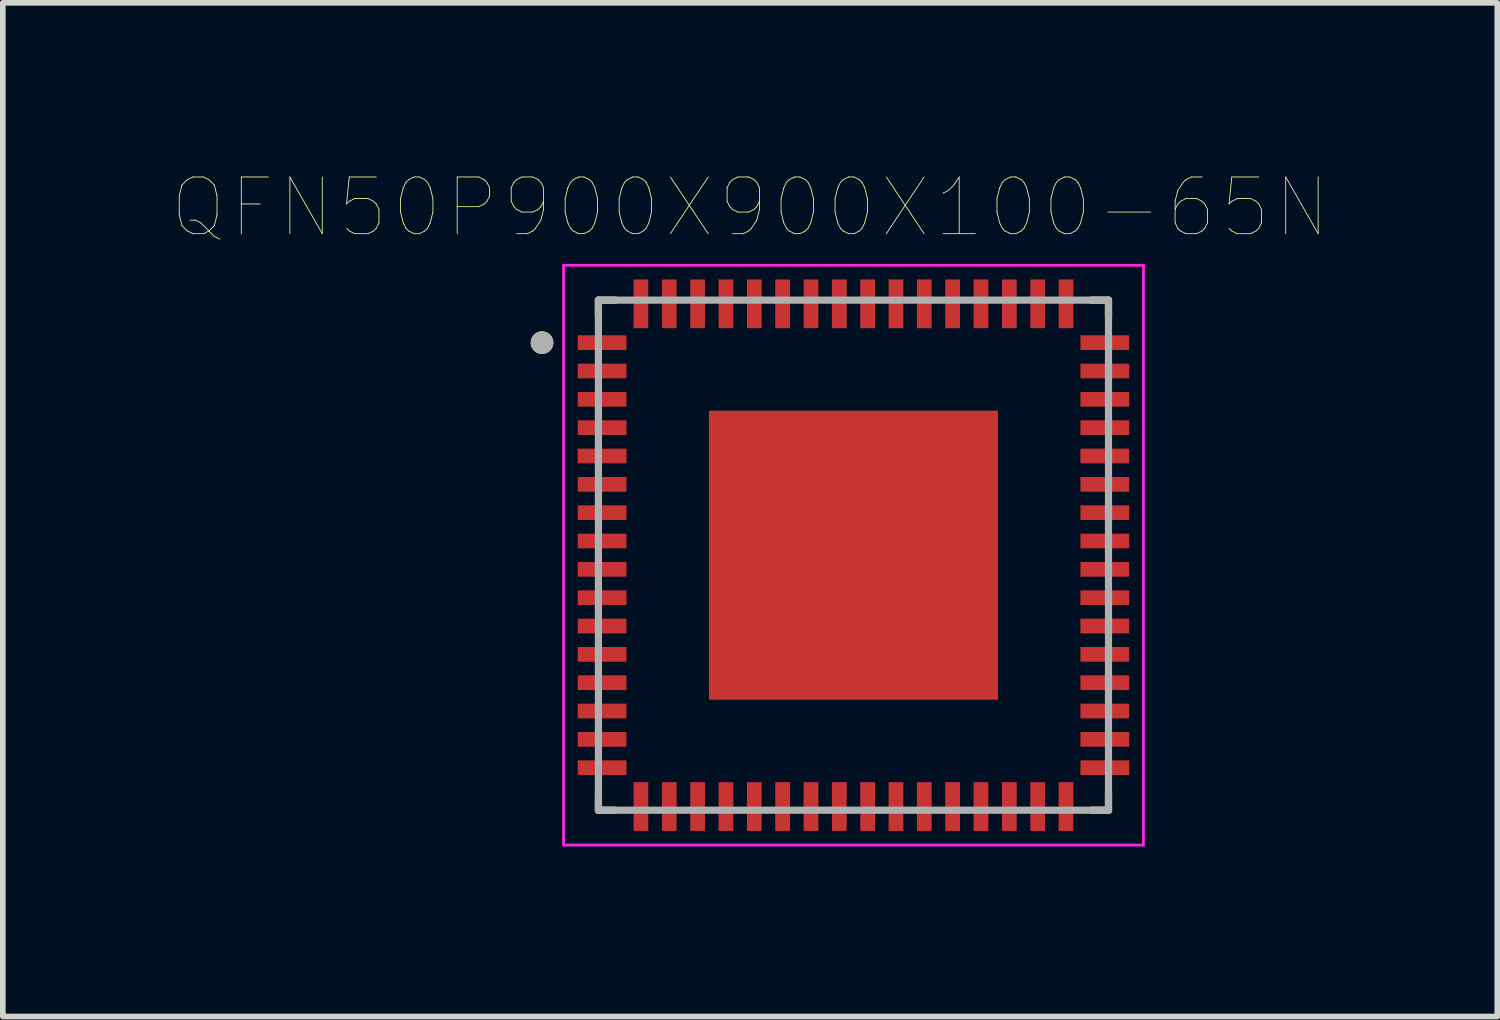
<source format=kicad_pcb>
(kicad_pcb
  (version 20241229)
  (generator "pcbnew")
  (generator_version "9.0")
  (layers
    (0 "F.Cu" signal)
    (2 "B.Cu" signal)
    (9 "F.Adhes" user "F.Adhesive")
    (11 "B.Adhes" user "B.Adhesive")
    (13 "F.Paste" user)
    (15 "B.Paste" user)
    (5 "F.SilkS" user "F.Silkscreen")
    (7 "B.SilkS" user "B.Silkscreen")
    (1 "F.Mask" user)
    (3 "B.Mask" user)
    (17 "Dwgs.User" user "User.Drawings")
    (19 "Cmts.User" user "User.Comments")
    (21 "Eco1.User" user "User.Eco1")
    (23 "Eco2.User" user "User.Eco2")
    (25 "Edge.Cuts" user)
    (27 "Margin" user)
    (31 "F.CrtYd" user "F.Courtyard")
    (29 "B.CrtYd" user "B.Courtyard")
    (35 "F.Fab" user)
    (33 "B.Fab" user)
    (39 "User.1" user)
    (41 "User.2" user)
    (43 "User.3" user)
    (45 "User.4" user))
  (footprint "QFN50P900X900X100-65N"
    (layer "F.Cu")
    (at 12.009 6.746)
    (property "Reference" "QFN50P900X900X100-65N" (at -1.825 -6.135 0) (layer "F.SilkS") (effects (font (size 1 1) (thickness 0.015))))
    (attr through_hole)
    (fp_line (start -4.5 -4.5) (end -4.5 -4.2) (stroke (width 0.127) (type solid)) (layer "F.SilkS"))
    (fp_line (start -4.5 -4.5) (end -4.2 -4.5) (stroke (width 0.127) (type solid)) (layer "F.SilkS"))
    (fp_line (start -4.5 4.5) (end -4.5 4.2) (stroke (width 0.127) (type solid)) (layer "F.SilkS"))
    (fp_line (start -4.5 4.5) (end -4.2 4.5) (stroke (width 0.127) (type solid)) (layer "F.SilkS"))
    (fp_line (start 4.5 -4.5) (end 4.2 -4.5) (stroke (width 0.127) (type solid)) (layer "F.SilkS"))
    (fp_line (start 4.5 -4.5) (end 4.5 -4.2) (stroke (width 0.127) (type solid)) (layer "F.SilkS"))
    (fp_line (start 4.5 4.5) (end 4.2 4.5) (stroke (width 0.127) (type solid)) (layer "F.SilkS"))
    (fp_line (start 4.5 4.5) (end 4.5 4.2) (stroke (width 0.127) (type solid)) (layer "F.SilkS"))
    (fp_circle (center -5.495 -3.75) (end -5.395 -3.75) (stroke (width 0.2) (type solid)) (fill no) (layer "F.SilkS"))
    (fp_poly (pts (xy -2.085 -2.085) (xy -0.465 -2.085) (xy -0.465 -0.465) (xy -2.085 -0.465)) (stroke (width 0.01) (type solid)) (fill yes) (layer "F.Paste"))
    (fp_poly (pts (xy -2.085 0.465) (xy -0.465 0.465) (xy -0.465 2.085) (xy -2.085 2.085)) (stroke (width 0.01) (type solid)) (fill yes) (layer "F.Paste"))
    (fp_poly (pts (xy 0.465 -2.085) (xy 2.085 -2.085) (xy 2.085 -0.465) (xy 0.465 -0.465)) (stroke (width 0.01) (type solid)) (fill yes) (layer "F.Paste"))
    (fp_poly (pts (xy 0.465 0.465) (xy 2.085 0.465) (xy 2.085 2.085) (xy 0.465 2.085)) (stroke (width 0.01) (type solid)) (fill yes) (layer "F.Paste"))
    (fp_line (start -5.115 -5.115) (end 5.115 -5.115) (stroke (width 0.05) (type solid)) (layer "F.CrtYd"))
    (fp_line (start -5.115 5.115) (end -5.115 -5.115) (stroke (width 0.05) (type solid)) (layer "F.CrtYd"))
    (fp_line (start -5.115 5.115) (end 5.115 5.115) (stroke (width 0.05) (type solid)) (layer "F.CrtYd"))
    (fp_line (start 5.115 5.115) (end 5.115 -5.115) (stroke (width 0.05) (type solid)) (layer "F.CrtYd"))
    (fp_line (start -4.5 4.5) (end -4.5 -4.5) (stroke (width 0.127) (type solid)) (layer "F.Fab"))
    (fp_line (start 4.5 -4.5) (end -4.5 -4.5) (stroke (width 0.127) (type solid)) (layer "F.Fab"))
    (fp_line (start 4.5 4.5) (end -4.5 4.5) (stroke (width 0.127) (type solid)) (layer "F.Fab"))
    (fp_line (start 4.5 4.5) (end 4.5 -4.5) (stroke (width 0.127) (type solid)) (layer "F.Fab"))
    (fp_circle (center -5.495 -3.75) (end -5.395 -3.75) (stroke (width 0.2) (type solid)) (fill no) (layer "F.Fab"))
    (pad "1" smd rect (at -4.435 -3.75) (size 0.86 0.26) (layers "F.Cu" "F.Mask" "F.Paste"))
    (pad "2" smd rect (at -4.435 -3.25) (size 0.86 0.26) (layers "F.Cu" "F.Mask" "F.Paste"))
    (pad "3" smd rect (at -4.435 -2.75) (size 0.86 0.26) (layers "F.Cu" "F.Mask" "F.Paste"))
    (pad "4" smd rect (at -4.435 -2.25) (size 0.86 0.26) (layers "F.Cu" "F.Mask" "F.Paste"))
    (pad "5" smd rect (at -4.435 -1.75) (size 0.86 0.26) (layers "F.Cu" "F.Mask" "F.Paste"))
    (pad "6" smd rect (at -4.435 -1.25) (size 0.86 0.26) (layers "F.Cu" "F.Mask" "F.Paste"))
    (pad "7" smd rect (at -4.435 -0.75) (size 0.86 0.26) (layers "F.Cu" "F.Mask" "F.Paste"))
    (pad "8" smd rect (at -4.435 -0.25) (size 0.86 0.26) (layers "F.Cu" "F.Mask" "F.Paste"))
    (pad "9" smd rect (at -4.435 0.25) (size 0.86 0.26) (layers "F.Cu" "F.Mask" "F.Paste"))
    (pad "10" smd rect (at -4.435 0.75) (size 0.86 0.26) (layers "F.Cu" "F.Mask" "F.Paste"))
    (pad "11" smd rect (at -4.435 1.25) (size 0.86 0.26) (layers "F.Cu" "F.Mask" "F.Paste"))
    (pad "12" smd rect (at -4.435 1.75) (size 0.86 0.26) (layers "F.Cu" "F.Mask" "F.Paste"))
    (pad "13" smd rect (at -4.435 2.25) (size 0.86 0.26) (layers "F.Cu" "F.Mask" "F.Paste"))
    (pad "14" smd rect (at -4.435 2.75) (size 0.86 0.26) (layers "F.Cu" "F.Mask" "F.Paste"))
    (pad "15" smd rect (at -4.435 3.25) (size 0.86 0.26) (layers "F.Cu" "F.Mask" "F.Paste"))
    (pad "16" smd rect (at -4.435 3.75) (size 0.86 0.26) (layers "F.Cu" "F.Mask" "F.Paste"))
    (pad "17" smd rect (at -3.75 4.435) (size 0.26 0.86) (layers "F.Cu" "F.Mask" "F.Paste"))
    (pad "18" smd rect (at -3.25 4.435) (size 0.26 0.86) (layers "F.Cu" "F.Mask" "F.Paste"))
    (pad "19" smd rect (at -2.75 4.435) (size 0.26 0.86) (layers "F.Cu" "F.Mask" "F.Paste"))
    (pad "20" smd rect (at -2.25 4.435) (size 0.26 0.86) (layers "F.Cu" "F.Mask" "F.Paste"))
    (pad "21" smd rect (at -1.75 4.435) (size 0.26 0.86) (layers "F.Cu" "F.Mask" "F.Paste"))
    (pad "22" smd rect (at -1.25 4.435) (size 0.26 0.86) (layers "F.Cu" "F.Mask" "F.Paste"))
    (pad "23" smd rect (at -0.75 4.435) (size 0.26 0.86) (layers "F.Cu" "F.Mask" "F.Paste"))
    (pad "24" smd rect (at -0.25 4.435) (size 0.26 0.86) (layers "F.Cu" "F.Mask" "F.Paste"))
    (pad "25" smd rect (at 0.25 4.435) (size 0.26 0.86) (layers "F.Cu" "F.Mask" "F.Paste"))
    (pad "26" smd rect (at 0.75 4.435) (size 0.26 0.86) (layers "F.Cu" "F.Mask" "F.Paste"))
    (pad "27" smd rect (at 1.25 4.435) (size 0.26 0.86) (layers "F.Cu" "F.Mask" "F.Paste"))
    (pad "28" smd rect (at 1.75 4.435) (size 0.26 0.86) (layers "F.Cu" "F.Mask" "F.Paste"))
    (pad "29" smd rect (at 2.25 4.435) (size 0.26 0.86) (layers "F.Cu" "F.Mask" "F.Paste"))
    (pad "30" smd rect (at 2.75 4.435) (size 0.26 0.86) (layers "F.Cu" "F.Mask" "F.Paste"))
    (pad "31" smd rect (at 3.25 4.435) (size 0.26 0.86) (layers "F.Cu" "F.Mask" "F.Paste"))
    (pad "32" smd rect (at 3.75 4.435) (size 0.26 0.86) (layers "F.Cu" "F.Mask" "F.Paste"))
    (pad "33" smd rect (at 4.435 3.75) (size 0.86 0.26) (layers "F.Cu" "F.Mask" "F.Paste"))
    (pad "34" smd rect (at 4.435 3.25) (size 0.86 0.26) (layers "F.Cu" "F.Mask" "F.Paste"))
    (pad "35" smd rect (at 4.435 2.75) (size 0.86 0.26) (layers "F.Cu" "F.Mask" "F.Paste"))
    (pad "36" smd rect (at 4.435 2.25) (size 0.86 0.26) (layers "F.Cu" "F.Mask" "F.Paste"))
    (pad "37" smd rect (at 4.435 1.75) (size 0.86 0.26) (layers "F.Cu" "F.Mask" "F.Paste"))
    (pad "38" smd rect (at 4.435 1.25) (size 0.86 0.26) (layers "F.Cu" "F.Mask" "F.Paste"))
    (pad "39" smd rect (at 4.435 0.75) (size 0.86 0.26) (layers "F.Cu" "F.Mask" "F.Paste"))
    (pad "40" smd rect (at 4.435 0.25) (size 0.86 0.26) (layers "F.Cu" "F.Mask" "F.Paste"))
    (pad "41" smd rect (at 4.435 -0.25) (size 0.86 0.26) (layers "F.Cu" "F.Mask" "F.Paste"))
    (pad "42" smd rect (at 4.435 -0.75) (size 0.86 0.26) (layers "F.Cu" "F.Mask" "F.Paste"))
    (pad "43" smd rect (at 4.435 -1.25) (size 0.86 0.26) (layers "F.Cu" "F.Mask" "F.Paste"))
    (pad "44" smd rect (at 4.435 -1.75) (size 0.86 0.26) (layers "F.Cu" "F.Mask" "F.Paste"))
    (pad "45" smd rect (at 4.435 -2.25) (size 0.86 0.26) (layers "F.Cu" "F.Mask" "F.Paste"))
    (pad "46" smd rect (at 4.435 -2.75) (size 0.86 0.26) (layers "F.Cu" "F.Mask" "F.Paste"))
    (pad "47" smd rect (at 4.435 -3.25) (size 0.86 0.26) (layers "F.Cu" "F.Mask" "F.Paste"))
    (pad "48" smd rect (at 4.435 -3.75) (size 0.86 0.26) (layers "F.Cu" "F.Mask" "F.Paste"))
    (pad "49" smd rect (at 3.75 -4.435) (size 0.26 0.86) (layers "F.Cu" "F.Mask" "F.Paste"))
    (pad "50" smd rect (at 3.25 -4.435) (size 0.26 0.86) (layers "F.Cu" "F.Mask" "F.Paste"))
    (pad "51" smd rect (at 2.75 -4.435) (size 0.26 0.86) (layers "F.Cu" "F.Mask" "F.Paste"))
    (pad "52" smd rect (at 2.25 -4.435) (size 0.26 0.86) (layers "F.Cu" "F.Mask" "F.Paste"))
    (pad "53" smd rect (at 1.75 -4.435) (size 0.26 0.86) (layers "F.Cu" "F.Mask" "F.Paste"))
    (pad "54" smd rect (at 1.25 -4.435) (size 0.26 0.86) (layers "F.Cu" "F.Mask" "F.Paste"))
    (pad "55" smd rect (at 0.75 -4.435) (size 0.26 0.86) (layers "F.Cu" "F.Mask" "F.Paste"))
    (pad "56" smd rect (at 0.25 -4.435) (size 0.26 0.86) (layers "F.Cu" "F.Mask" "F.Paste"))
    (pad "57" smd rect (at -0.25 -4.435) (size 0.26 0.86) (layers "F.Cu" "F.Mask" "F.Paste"))
    (pad "58" smd rect (at -0.75 -4.435) (size 0.26 0.86) (layers "F.Cu" "F.Mask" "F.Paste"))
    (pad "59" smd rect (at -1.25 -4.435) (size 0.26 0.86) (layers "F.Cu" "F.Mask" "F.Paste"))
    (pad "60" smd rect (at -1.75 -4.435) (size 0.26 0.86) (layers "F.Cu" "F.Mask" "F.Paste"))
    (pad "61" smd rect (at -2.25 -4.435) (size 0.26 0.86) (layers "F.Cu" "F.Mask" "F.Paste"))
    (pad "62" smd rect (at -2.75 -4.435) (size 0.26 0.86) (layers "F.Cu" "F.Mask" "F.Paste"))
    (pad "63" smd rect (at -3.25 -4.435) (size 0.26 0.86) (layers "F.Cu" "F.Mask" "F.Paste"))
    (pad "64" smd rect (at -3.75 -4.435) (size 0.26 0.86) (layers "F.Cu" "F.Mask" "F.Paste"))
    (pad "65" smd rect (at 0 0) (size 5.1 5.1) (layers "F.Cu" "F.Mask")))
  (gr_rect
    (start -3 -3)
    (end 23.369 14.886)
    (stroke (width 0.1) (type default))
    (fill no)
    (layer "Edge.Cuts")))
</source>
